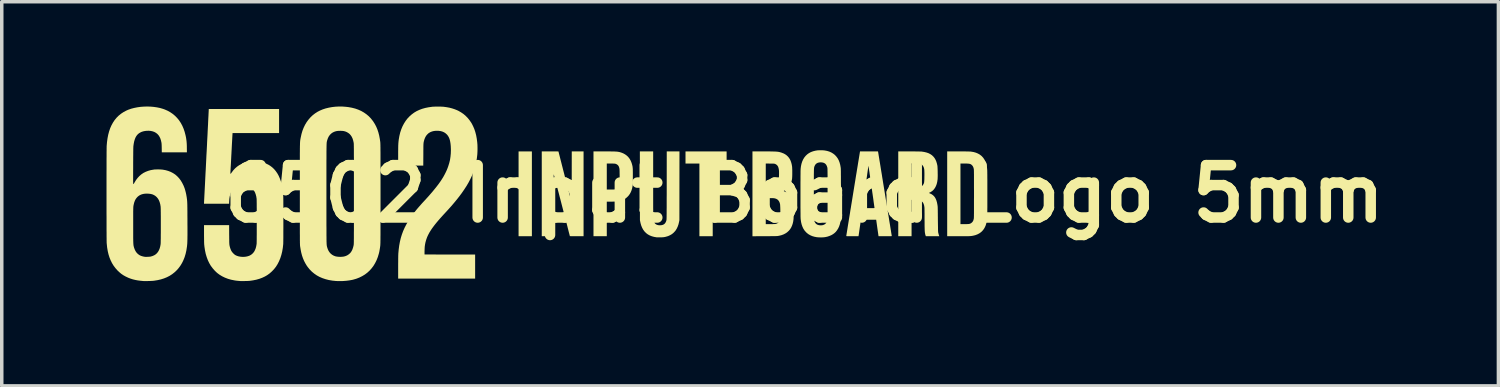
<source format=kicad_pcb>
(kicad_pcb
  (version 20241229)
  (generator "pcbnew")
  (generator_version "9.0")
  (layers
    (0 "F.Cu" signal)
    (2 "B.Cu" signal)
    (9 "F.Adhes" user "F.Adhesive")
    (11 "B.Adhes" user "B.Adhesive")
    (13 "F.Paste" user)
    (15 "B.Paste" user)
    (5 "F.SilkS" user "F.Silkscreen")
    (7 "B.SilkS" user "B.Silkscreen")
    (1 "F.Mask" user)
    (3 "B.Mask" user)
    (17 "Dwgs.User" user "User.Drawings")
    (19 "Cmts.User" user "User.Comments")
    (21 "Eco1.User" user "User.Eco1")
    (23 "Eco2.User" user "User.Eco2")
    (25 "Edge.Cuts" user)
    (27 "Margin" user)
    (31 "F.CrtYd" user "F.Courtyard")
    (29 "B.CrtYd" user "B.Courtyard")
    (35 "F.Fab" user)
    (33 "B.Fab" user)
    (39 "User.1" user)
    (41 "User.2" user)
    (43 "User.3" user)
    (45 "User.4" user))
  (footprint "6502 Input Board Logo 5mm"
    (layer "F.Cu")
    (at 19.985 2.5)
    (property "Reference" "6502 Input Board Logo 5mm" (at 0 0 0) (layer "F.SilkS") (effects (font (size 1.5 1.5) (thickness 0.3))))
    (attr board_only exclude_from_pos_files exclude_from_bom)
    (fp_poly (pts (xy -7.805 0) (xy -7.805 1.214) (xy -7.996 1.214) (xy -8.186 1.214) (xy -8.186 0) (xy -8.186 -1.214) (xy -7.996 -1.214) (xy -7.805 -1.214)) (stroke (width 0) (type solid)) (fill yes) (layer "F.SilkS"))
    (fp_poly (pts (xy -2.229 -1.041) (xy -2.229 -0.867) (xy -2.428 -0.867) (xy -2.627 -0.867) (xy -2.627 0.173) (xy -2.627 1.214) (xy -2.818 1.214) (xy -3.008 1.214) (xy -3.008 0.173) (xy -3.008 -0.867) (xy -3.207 -0.867) (xy -3.406 -0.867) (xy -3.406 -1.041) (xy -3.406 -1.214) (xy -2.818 -1.214) (xy -2.229 -1.214)) (stroke (width 0) (type solid)) (fill yes) (layer "F.SilkS"))
    (fp_poly (pts (xy -4.332 -0.248) (xy -4.332 -0.139) (xy -4.332 -0.039) (xy -4.332 0.053) (xy -4.332 0.138) (xy -4.332 0.216) (xy -4.332 0.287) (xy -4.332 0.351) (xy -4.332 0.409) (xy -4.331 0.462) (xy -4.331 0.508) (xy -4.331 0.55) (xy -4.331 0.586) (xy -4.33 0.618) (xy -4.33 0.646) (xy -4.33 0.669) (xy -4.329 0.689) (xy -4.329 0.706) (xy -4.328 0.719) (xy -4.328 0.73) (xy -4.327 0.739) (xy -4.327 0.745) (xy -4.326 0.75) (xy -4.326 0.751) (xy -4.315 0.792) (xy -4.298 0.826) (xy -4.276 0.854) (xy -4.249 0.875) (xy -4.216 0.89) (xy -4.177 0.899) (xy -4.138 0.901) (xy -4.095 0.898) (xy -4.058 0.889) (xy -4.026 0.874) (xy -4 0.853) (xy -3.979 0.824) (xy -3.962 0.789) (xy -3.952 0.757) (xy -3.952 0.754) (xy -3.951 0.749) (xy -3.95 0.743) (xy -3.95 0.735) (xy -3.949 0.726) (xy -3.949 0.714) (xy -3.948 0.699) (xy -3.948 0.681) (xy -3.947 0.66) (xy -3.947 0.635) (xy -3.947 0.607) (xy -3.946 0.573) (xy -3.946 0.536) (xy -3.946 0.493) (xy -3.946 0.445) (xy -3.945 0.392) (xy -3.945 0.332) (xy -3.945 0.266) (xy -3.945 0.194) (xy -3.945 0.115) (xy -3.944 0.028) (xy -3.944 -0.066) (xy -3.944 -0.168) (xy -3.944 -0.242) (xy -3.943 -1.214) (xy -3.761 -1.214) (xy -3.579 -1.214) (xy -3.58 -0.23) (xy -3.581 0.755) (xy -3.591 0.805) (xy -3.607 0.874) (xy -3.629 0.937) (xy -3.656 0.995) (xy -3.687 1.046) (xy -3.706 1.07) (xy -3.748 1.115) (xy -3.794 1.153) (xy -3.847 1.184) (xy -3.904 1.21) (xy -3.968 1.229) (xy -3.997 1.236) (xy -4.016 1.239) (xy -4.035 1.242) (xy -4.056 1.244) (xy -4.08 1.245) (xy -4.111 1.246) (xy -4.131 1.246) (xy -4.159 1.246) (xy -4.184 1.246) (xy -4.206 1.246) (xy -4.223 1.246) (xy -4.233 1.245) (xy -4.235 1.245) (xy -4.306 1.233) (xy -4.371 1.215) (xy -4.43 1.192) (xy -4.484 1.162) (xy -4.532 1.126) (xy -4.575 1.083) (xy -4.586 1.07) (xy -4.62 1.023) (xy -4.649 0.969) (xy -4.674 0.908) (xy -4.693 0.842) (xy -4.701 0.805) (xy -4.711 0.755) (xy -4.712 -0.23) (xy -4.713 -1.214) (xy -4.522 -1.214) (xy -4.332 -1.214)) (stroke (width 0) (type solid)) (fill yes) (layer "F.SilkS"))
    (fp_poly (pts (xy -5.665 -1.214) (xy -5.606 -1.214) (xy -5.555 -1.214) (xy -5.51 -1.213) (xy -5.471 -1.213) (xy -5.437 -1.212) (xy -5.408 -1.21) (xy -5.382 -1.209) (xy -5.359 -1.207) (xy -5.339 -1.204) (xy -5.321 -1.201) (xy -5.304 -1.198) (xy -5.288 -1.194) (xy -5.271 -1.189) (xy -5.254 -1.184) (xy -5.248 -1.182) (xy -5.189 -1.159) (xy -5.135 -1.129) (xy -5.087 -1.094) (xy -5.044 -1.052) (xy -5.007 -1.004) (xy -4.976 -0.949) (xy -4.951 -0.889) (xy -4.938 -0.846) (xy -4.933 -0.827) (xy -4.929 -0.81) (xy -4.925 -0.793) (xy -4.922 -0.777) (xy -4.92 -0.759) (xy -4.918 -0.739) (xy -4.916 -0.717) (xy -4.915 -0.69) (xy -4.915 -0.66) (xy -4.914 -0.624) (xy -4.914 -0.582) (xy -4.914 -0.533) (xy -4.914 -0.495) (xy -4.914 -0.444) (xy -4.914 -0.4) (xy -4.914 -0.364) (xy -4.914 -0.333) (xy -4.915 -0.308) (xy -4.915 -0.287) (xy -4.916 -0.269) (xy -4.917 -0.255) (xy -4.918 -0.243) (xy -4.92 -0.232) (xy -4.921 -0.221) (xy -4.922 -0.22) (xy -4.935 -0.154) (xy -4.953 -0.096) (xy -4.975 -0.043) (xy -5.001 0.004) (xy -5.032 0.047) (xy -5.055 0.073) (xy -5.1 0.115) (xy -5.15 0.149) (xy -5.204 0.176) (xy -5.246 0.191) (xy -5.275 0.2) (xy -5.302 0.207) (xy -5.33 0.213) (xy -5.359 0.217) (xy -5.39 0.22) (xy -5.425 0.222) (xy -5.466 0.223) (xy -5.513 0.224) (xy -5.537 0.224) (xy -5.66 0.224) (xy -5.66 0.719) (xy -5.66 1.214) (xy -5.851 1.214) (xy -6.041 1.214) (xy -6.041 0) (xy -6.041 -0.495) (xy -5.66 -0.495) (xy -5.66 -0.123) (xy -5.549 -0.123) (xy -5.51 -0.123) (xy -5.479 -0.123) (xy -5.454 -0.124) (xy -5.436 -0.126) (xy -5.422 -0.127) (xy -5.417 -0.129) (xy -5.382 -0.141) (xy -5.354 -0.159) (xy -5.332 -0.182) (xy -5.315 -0.211) (xy -5.302 -0.247) (xy -5.299 -0.264) (xy -5.297 -0.278) (xy -5.295 -0.298) (xy -5.294 -0.325) (xy -5.293 -0.357) (xy -5.293 -0.393) (xy -5.292 -0.432) (xy -5.292 -0.473) (xy -5.292 -0.514) (xy -5.292 -0.555) (xy -5.293 -0.593) (xy -5.293 -0.63) (xy -5.294 -0.662) (xy -5.295 -0.689) (xy -5.297 -0.711) (xy -5.298 -0.724) (xy -5.299 -0.725) (xy -5.309 -0.764) (xy -5.323 -0.796) (xy -5.343 -0.821) (xy -5.367 -0.84) (xy -5.373 -0.844) (xy -5.386 -0.85) (xy -5.398 -0.856) (xy -5.411 -0.86) (xy -5.426 -0.863) (xy -5.443 -0.865) (xy -5.465 -0.866) (xy -5.492 -0.867) (xy -5.526 -0.867) (xy -5.549 -0.867) (xy -5.66 -0.867) (xy -5.66 -0.495) (xy -6.041 -0.495) (xy -6.041 -1.214) (xy -5.731 -1.214)) (stroke (width 0) (type solid)) (fill yes) (layer "F.SilkS"))
    (fp_poly (pts (xy -7.239 -1.214) (xy -7.197 -1.214) (xy -7.159 -1.214) (xy -7.125 -1.214) (xy -7.096 -1.214) (xy -7.073 -1.214) (xy -7.056 -1.213) (xy -7.046 -1.213) (xy -7.044 -1.213) (xy -7.042 -1.207) (xy -7.039 -1.193) (xy -7.034 -1.172) (xy -7.027 -1.145) (xy -7.018 -1.111) (xy -7.008 -1.072) (xy -6.997 -1.028) (xy -6.985 -0.98) (xy -6.971 -0.927) (xy -6.957 -0.871) (xy -6.942 -0.812) (xy -6.926 -0.75) (xy -6.91 -0.686) (xy -6.893 -0.621) (xy -6.876 -0.555) (xy -6.859 -0.488) (xy -6.841 -0.422) (xy -6.824 -0.355) (xy -6.807 -0.29) (xy -6.791 -0.226) (xy -6.775 -0.165) (xy -6.76 -0.105) (xy -6.745 -0.049) (xy -6.731 0.004) (xy -6.719 0.052) (xy -6.707 0.096) (xy -6.697 0.136) (xy -6.688 0.169) (xy -6.681 0.197) (xy -6.675 0.218) (xy -6.671 0.232) (xy -6.669 0.239) (xy -6.669 0.239) (xy -6.669 0.235) (xy -6.668 0.223) (xy -6.668 0.202) (xy -6.667 0.175) (xy -6.667 0.14) (xy -6.666 0.098) (xy -6.666 0.05) (xy -6.666 -0.004) (xy -6.665 -0.064) (xy -6.665 -0.13) (xy -6.665 -0.2) (xy -6.665 -0.276) (xy -6.664 -0.356) (xy -6.664 -0.441) (xy -6.664 -0.488) (xy -6.663 -1.214) (xy -6.494 -1.214) (xy -6.325 -1.214) (xy -6.325 0) (xy -6.325 1.214) (xy -6.521 1.214) (xy -6.561 1.214) (xy -6.598 1.214) (xy -6.632 1.214) (xy -6.661 1.213) (xy -6.685 1.213) (xy -6.703 1.212) (xy -6.715 1.212) (xy -6.718 1.211) (xy -6.719 1.206) (xy -6.722 1.193) (xy -6.727 1.173) (xy -6.734 1.146) (xy -6.743 1.113) (xy -6.753 1.074) (xy -6.764 1.029) (xy -6.777 0.98) (xy -6.79 0.926) (xy -6.805 0.868) (xy -6.821 0.807) (xy -6.838 0.742) (xy -6.855 0.675) (xy -6.873 0.605) (xy -6.892 0.534) (xy -6.911 0.462) (xy -6.93 0.389) (xy -6.949 0.315) (xy -6.968 0.241) (xy -6.987 0.168) (xy -7.006 0.096) (xy -7.024 0.025) (xy -7.042 -0.043) (xy -7.06 -0.11) (xy -7.076 -0.173) (xy -7.092 -0.234) (xy -7.107 -0.29) (xy -7.121 -0.343) (xy -7.134 -0.391) (xy -7.145 -0.433) (xy -7.155 -0.471) (xy -7.163 -0.502) (xy -7.17 -0.526) (xy -7.175 -0.544) (xy -7.178 -0.555) (xy -7.179 -0.558) (xy -7.179 -0.555) (xy -7.18 -0.549) (xy -7.18 -0.537) (xy -7.181 -0.521) (xy -7.181 -0.499) (xy -7.181 -0.471) (xy -7.182 -0.438) (xy -7.182 -0.399) (xy -7.182 -0.353) (xy -7.183 -0.301) (xy -7.183 -0.242) (xy -7.183 -0.177) (xy -7.183 -0.104) (xy -7.183 -0.024) (xy -7.183 0.064) (xy -7.183 0.16) (xy -7.183 0.264) (xy -7.183 0.328) (xy -7.183 1.214) (xy -7.353 1.214) (xy -7.522 1.214) (xy -7.522 0) (xy -7.522 -1.214) (xy -7.283 -1.214)) (stroke (width 0) (type solid)) (fill yes) (layer "F.SilkS"))
    (fp_poly (pts (xy 4.468 -1.214) (xy 4.523 -1.214) (xy 4.571 -1.214) (xy 4.613 -1.214) (xy 4.648 -1.213) (xy 4.678 -1.213) (xy 4.703 -1.212) (xy 4.724 -1.211) (xy 4.742 -1.211) (xy 4.757 -1.21) (xy 4.769 -1.208) (xy 4.775 -1.208) (xy 4.845 -1.196) (xy 4.909 -1.178) (xy 4.966 -1.154) (xy 5.018 -1.125) (xy 5.065 -1.089) (xy 5.079 -1.076) (xy 5.118 -1.033) (xy 5.15 -0.986) (xy 5.178 -0.933) (xy 5.199 -0.875) (xy 5.216 -0.811) (xy 5.228 -0.741) (xy 5.233 -0.685) (xy 5.234 -0.672) (xy 5.234 -0.652) (xy 5.235 -0.624) (xy 5.235 -0.589) (xy 5.236 -0.548) (xy 5.236 -0.502) (xy 5.236 -0.451) (xy 5.237 -0.396) (xy 5.237 -0.337) (xy 5.237 -0.275) (xy 5.237 -0.21) (xy 5.237 -0.144) (xy 5.237 -0.076) (xy 5.237 -0.008) (xy 5.237 0.061) (xy 5.237 0.129) (xy 5.237 0.195) (xy 5.237 0.26) (xy 5.237 0.323) (xy 5.237 0.383) (xy 5.236 0.439) (xy 5.236 0.491) (xy 5.236 0.538) (xy 5.235 0.58) (xy 5.235 0.617) (xy 5.234 0.646) (xy 5.234 0.668) (xy 5.233 0.683) (xy 5.233 0.685) (xy 5.224 0.763) (xy 5.21 0.835) (xy 5.191 0.9) (xy 5.165 0.959) (xy 5.134 1.012) (xy 5.097 1.058) (xy 5.054 1.099) (xy 5.006 1.133) (xy 4.952 1.161) (xy 4.891 1.184) (xy 4.825 1.2) (xy 4.775 1.208) (xy 4.763 1.209) (xy 4.75 1.21) (xy 4.734 1.211) (xy 4.714 1.212) (xy 4.691 1.213) (xy 4.664 1.213) (xy 4.631 1.213) (xy 4.593 1.214) (xy 4.548 1.214) (xy 4.497 1.214) (xy 4.438 1.214) (xy 4.405 1.214) (xy 4.087 1.214) (xy 4.087 0) (xy 4.467 0) (xy 4.467 0.867) (xy 4.582 0.867) (xy 4.619 0.867) (xy 4.649 0.867) (xy 4.673 0.866) (xy 4.691 0.865) (xy 4.706 0.864) (xy 4.717 0.862) (xy 4.723 0.861) (xy 4.752 0.851) (xy 4.777 0.836) (xy 4.8 0.816) (xy 4.803 0.813) (xy 4.819 0.793) (xy 4.831 0.772) (xy 4.84 0.747) (xy 4.847 0.719) (xy 4.848 0.715) (xy 4.849 0.709) (xy 4.85 0.702) (xy 4.851 0.694) (xy 4.851 0.683) (xy 4.852 0.67) (xy 4.852 0.654) (xy 4.853 0.635) (xy 4.853 0.612) (xy 4.853 0.585) (xy 4.854 0.553) (xy 4.854 0.517) (xy 4.854 0.475) (xy 4.854 0.428) (xy 4.854 0.374) (xy 4.854 0.315) (xy 4.854 0.248) (xy 4.854 0.174) (xy 4.855 0.092) (xy 4.855 0.003) (xy 4.855 0) (xy 4.855 -0.09) (xy 4.854 -0.172) (xy 4.854 -0.246) (xy 4.854 -0.313) (xy 4.854 -0.373) (xy 4.854 -0.426) (xy 4.854 -0.474) (xy 4.854 -0.516) (xy 4.854 -0.552) (xy 4.853 -0.584) (xy 4.853 -0.611) (xy 4.853 -0.634) (xy 4.852 -0.653) (xy 4.852 -0.669) (xy 4.851 -0.683) (xy 4.851 -0.693) (xy 4.85 -0.702) (xy 4.849 -0.709) (xy 4.848 -0.714) (xy 4.847 -0.719) (xy 4.847 -0.719) (xy 4.839 -0.75) (xy 4.829 -0.775) (xy 4.817 -0.796) (xy 4.803 -0.813) (xy 4.789 -0.827) (xy 4.776 -0.838) (xy 4.762 -0.847) (xy 4.746 -0.854) (xy 4.727 -0.859) (xy 4.705 -0.863) (xy 4.678 -0.865) (xy 4.645 -0.867) (xy 4.605 -0.867) (xy 4.582 -0.867) (xy 4.467 -0.867) (xy 4.467 0) (xy 4.087 0) (xy 4.087 -1.214) (xy 4.405 -1.214)) (stroke (width 0) (type solid)) (fill yes) (layer "F.SilkS"))
    (fp_poly (pts (xy 3.059 -1.214) (xy 3.114 -1.214) (xy 3.166 -1.214) (xy 3.212 -1.213) (xy 3.253 -1.213) (xy 3.288 -1.212) (xy 3.317 -1.211) (xy 3.339 -1.211) (xy 3.352 -1.21) (xy 3.354 -1.21) (xy 3.426 -1.199) (xy 3.491 -1.184) (xy 3.55 -1.164) (xy 3.602 -1.138) (xy 3.648 -1.107) (xy 3.688 -1.07) (xy 3.723 -1.027) (xy 3.752 -0.978) (xy 3.776 -0.923) (xy 3.794 -0.862) (xy 3.806 -0.808) (xy 3.808 -0.792) (xy 3.81 -0.768) (xy 3.811 -0.739) (xy 3.813 -0.705) (xy 3.814 -0.667) (xy 3.815 -0.628) (xy 3.815 -0.588) (xy 3.816 -0.549) (xy 3.816 -0.511) (xy 3.815 -0.477) (xy 3.814 -0.447) (xy 3.813 -0.422) (xy 3.812 -0.413) (xy 3.802 -0.344) (xy 3.787 -0.281) (xy 3.766 -0.225) (xy 3.74 -0.174) (xy 3.709 -0.13) (xy 3.679 -0.098) (xy 3.661 -0.083) (xy 3.64 -0.068) (xy 3.617 -0.053) (xy 3.596 -0.041) (xy 3.584 -0.036) (xy 3.573 -0.031) (xy 3.568 -0.026) (xy 3.567 -0.025) (xy 3.572 -0.021) (xy 3.582 -0.016) (xy 3.596 -0.01) (xy 3.599 -0.008) (xy 3.641 0.012) (xy 3.677 0.037) (xy 3.709 0.067) (xy 3.737 0.103) (xy 3.76 0.145) (xy 3.779 0.193) (xy 3.795 0.249) (xy 3.807 0.312) (xy 3.81 0.329) (xy 3.811 0.339) (xy 3.813 0.351) (xy 3.814 0.365) (xy 3.815 0.381) (xy 3.816 0.401) (xy 3.816 0.424) (xy 3.817 0.452) (xy 3.818 0.485) (xy 3.818 0.524) (xy 3.819 0.568) (xy 3.819 0.62) (xy 3.82 0.679) (xy 3.82 0.721) (xy 3.821 0.793) (xy 3.822 0.858) (xy 3.823 0.915) (xy 3.824 0.966) (xy 3.824 1.008) (xy 3.825 1.043) (xy 3.826 1.07) (xy 3.827 1.088) (xy 3.828 1.098) (xy 3.832 1.118) (xy 3.838 1.141) (xy 3.844 1.165) (xy 3.847 1.173) (xy 3.861 1.214) (xy 3.668 1.214) (xy 3.475 1.214) (xy 3.466 1.186) (xy 3.461 1.17) (xy 3.457 1.155) (xy 3.454 1.139) (xy 3.451 1.122) (xy 3.448 1.103) (xy 3.446 1.082) (xy 3.444 1.057) (xy 3.443 1.029) (xy 3.442 0.996) (xy 3.441 0.958) (xy 3.44 0.915) (xy 3.44 0.865) (xy 3.44 0.809) (xy 3.439 0.745) (xy 3.439 0.704) (xy 3.439 0.655) (xy 3.439 0.607) (xy 3.439 0.562) (xy 3.438 0.52) (xy 3.438 0.482) (xy 3.437 0.449) (xy 3.437 0.422) (xy 3.436 0.401) (xy 3.435 0.388) (xy 3.435 0.385) (xy 3.427 0.336) (xy 3.415 0.295) (xy 3.399 0.26) (xy 3.377 0.232) (xy 3.351 0.21) (xy 3.32 0.193) (xy 3.282 0.182) (xy 3.271 0.18) (xy 3.253 0.177) (xy 3.227 0.175) (xy 3.196 0.174) (xy 3.16 0.174) (xy 3.153 0.174) (xy 3.067 0.173) (xy 3.067 0.694) (xy 3.067 1.214) (xy 2.877 1.214) (xy 2.686 1.214) (xy 2.686 0) (xy 2.686 -0.521) (xy 3.067 -0.521) (xy 3.067 -0.173) (xy 3.151 -0.174) (xy 3.179 -0.174) (xy 3.206 -0.174) (xy 3.23 -0.175) (xy 3.25 -0.176) (xy 3.263 -0.178) (xy 3.304 -0.187) (xy 3.34 -0.204) (xy 3.37 -0.226) (xy 3.395 -0.255) (xy 3.415 -0.29) (xy 3.425 -0.319) (xy 3.427 -0.332) (xy 3.429 -0.352) (xy 3.431 -0.377) (xy 3.433 -0.408) (xy 3.434 -0.442) (xy 3.434 -0.479) (xy 3.435 -0.517) (xy 3.435 -0.554) (xy 3.435 -0.591) (xy 3.434 -0.625) (xy 3.433 -0.656) (xy 3.432 -0.681) (xy 3.43 -0.701) (xy 3.429 -0.706) (xy 3.419 -0.749) (xy 3.403 -0.785) (xy 3.382 -0.815) (xy 3.357 -0.839) (xy 3.326 -0.855) (xy 3.326 -0.855) (xy 3.318 -0.858) (xy 3.311 -0.86) (xy 3.302 -0.862) (xy 3.291 -0.863) (xy 3.277 -0.864) (xy 3.258 -0.865) (xy 3.234 -0.866) (xy 3.203 -0.866) (xy 3.185 -0.866) (xy 3.067 -0.868) (xy 3.067 -0.521) (xy 2.686 -0.521) (xy 2.686 -1.214) (xy 3 -1.214)) (stroke (width 0) (type solid)) (fill yes) (layer "F.SilkS"))
    (fp_poly (pts (xy -10.456 -2.497) (xy -10.418 -2.497) (xy -10.384 -2.496) (xy -10.355 -2.494) (xy -10.335 -2.493) (xy -10.247 -2.481) (xy -10.165 -2.466) (xy -10.089 -2.446) (xy -10.016 -2.422) (xy -9.946 -2.394) (xy -9.906 -2.375) (xy -9.833 -2.333) (xy -9.763 -2.285) (xy -9.698 -2.229) (xy -9.638 -2.167) (xy -9.584 -2.099) (xy -9.535 -2.026) (xy -9.528 -2.014) (xy -9.489 -1.938) (xy -9.454 -1.857) (xy -9.425 -1.77) (xy -9.401 -1.677) (xy -9.383 -1.579) (xy -9.37 -1.476) (xy -9.367 -1.439) (xy -9.364 -1.403) (xy -9.363 -1.361) (xy -9.362 -1.315) (xy -9.362 -1.268) (xy -9.363 -1.221) (xy -9.365 -1.177) (xy -9.367 -1.138) (xy -9.369 -1.115) (xy -9.381 -1.012) (xy -9.399 -0.91) (xy -9.421 -0.811) (xy -9.45 -0.712) (xy -9.483 -0.614) (xy -9.523 -0.516) (xy -9.569 -0.418) (xy -9.621 -0.319) (xy -9.68 -0.219) (xy -9.746 -0.118) (xy -9.818 -0.014) (xy -9.898 0.092) (xy -9.985 0.201) (xy -10.018 0.241) (xy -10.051 0.28) (xy -10.083 0.318) (xy -10.115 0.355) (xy -10.149 0.393) (xy -10.185 0.433) (xy -10.225 0.477) (xy -10.269 0.525) (xy -10.293 0.55) (xy -10.364 0.628) (xy -10.429 0.7) (xy -10.488 0.768) (xy -10.542 0.832) (xy -10.59 0.892) (xy -10.633 0.949) (xy -10.672 1.003) (xy -10.706 1.055) (xy -10.737 1.105) (xy -10.763 1.153) (xy -10.787 1.201) (xy -10.807 1.247) (xy -10.824 1.294) (xy -10.839 1.341) (xy -10.84 1.345) (xy -10.854 1.398) (xy -10.864 1.45) (xy -10.872 1.503) (xy -10.876 1.56) (xy -10.878 1.622) (xy -10.879 1.644) (xy -10.879 1.737) (xy -10.154 1.738) (xy -9.43 1.739) (xy -9.43 2.084) (xy -9.43 2.428) (xy -10.532 2.428) (xy -11.634 2.428) (xy -11.634 2.104) (xy -11.634 2.05) (xy -11.634 1.998) (xy -11.633 1.947) (xy -11.633 1.9) (xy -11.633 1.856) (xy -11.632 1.816) (xy -11.632 1.781) (xy -11.631 1.753) (xy -11.63 1.731) (xy -11.63 1.718) (xy -11.619 1.596) (xy -11.604 1.481) (xy -11.584 1.372) (xy -11.559 1.267) (xy -11.528 1.166) (xy -11.492 1.068) (xy -11.449 0.971) (xy -11.4 0.876) (xy -11.345 0.78) (xy -11.282 0.684) (xy -11.213 0.588) (xy -11.18 0.544) (xy -11.146 0.501) (xy -11.111 0.457) (xy -11.074 0.413) (xy -11.034 0.367) (xy -10.991 0.318) (xy -10.944 0.265) (xy -10.891 0.208) (xy -10.879 0.195) (xy -10.796 0.104) (xy -10.72 0.018) (xy -10.649 -0.064) (xy -10.585 -0.142) (xy -10.526 -0.216) (xy -10.472 -0.287) (xy -10.423 -0.356) (xy -10.379 -0.423) (xy -10.339 -0.488) (xy -10.304 -0.552) (xy -10.272 -0.615) (xy -10.243 -0.677) (xy -10.218 -0.739) (xy -10.2 -0.789) (xy -10.172 -0.879) (xy -10.15 -0.969) (xy -10.136 -1.061) (xy -10.127 -1.155) (xy -10.124 -1.253) (xy -10.125 -1.295) (xy -10.128 -1.367) (xy -10.134 -1.431) (xy -10.143 -1.489) (xy -10.154 -1.54) (xy -10.169 -1.586) (xy -10.187 -1.626) (xy -10.209 -1.662) (xy -10.234 -1.694) (xy -10.238 -1.698) (xy -10.275 -1.732) (xy -10.315 -1.759) (xy -10.361 -1.78) (xy -10.411 -1.795) (xy -10.467 -1.803) (xy -10.492 -1.805) (xy -10.553 -1.805) (xy -10.61 -1.799) (xy -10.663 -1.786) (xy -10.711 -1.767) (xy -10.754 -1.742) (xy -10.773 -1.727) (xy -10.806 -1.695) (xy -10.835 -1.659) (xy -10.859 -1.616) (xy -10.88 -1.567) (xy -10.896 -1.512) (xy -10.903 -1.48) (xy -10.905 -1.471) (xy -10.906 -1.462) (xy -10.907 -1.453) (xy -10.908 -1.443) (xy -10.909 -1.43) (xy -10.91 -1.415) (xy -10.911 -1.397) (xy -10.911 -1.375) (xy -10.912 -1.348) (xy -10.912 -1.316) (xy -10.912 -1.278) (xy -10.913 -1.233) (xy -10.913 -1.182) (xy -10.913 -1.122) (xy -10.913 -1.122) (xy -10.915 -0.808) (xy -11.275 -0.808) (xy -11.634 -0.808) (xy -11.634 -1.095) (xy -11.634 -1.159) (xy -11.634 -1.215) (xy -11.633 -1.264) (xy -11.633 -1.307) (xy -11.632 -1.345) (xy -11.632 -1.378) (xy -11.63 -1.408) (xy -11.629 -1.435) (xy -11.627 -1.46) (xy -11.625 -1.483) (xy -11.623 -1.506) (xy -11.62 -1.53) (xy -11.617 -1.555) (xy -11.599 -1.657) (xy -11.576 -1.754) (xy -11.546 -1.845) (xy -11.51 -1.932) (xy -11.468 -2.012) (xy -11.42 -2.088) (xy -11.367 -2.157) (xy -11.307 -2.22) (xy -11.242 -2.277) (xy -11.177 -2.325) (xy -11.106 -2.367) (xy -11.029 -2.403) (xy -10.947 -2.434) (xy -10.858 -2.459) (xy -10.764 -2.478) (xy -10.663 -2.492) (xy -10.661 -2.493) (xy -10.638 -2.494) (xy -10.608 -2.496) (xy -10.573 -2.497) (xy -10.535 -2.497) (xy -10.496 -2.498)) (stroke (width 0) (type solid)) (fill yes) (layer "F.SilkS"))
    (fp_poly (pts (xy 2.108 -1.203) (xy 2.109 -1.197) (xy 2.112 -1.183) (xy 2.115 -1.163) (xy 2.12 -1.134) (xy 2.125 -1.1) (xy 2.132 -1.059) (xy 2.14 -1.012) (xy 2.148 -0.959) (xy 2.158 -0.902) (xy 2.168 -0.84) (xy 2.179 -0.773) (xy 2.19 -0.703) (xy 2.202 -0.629) (xy 2.215 -0.553) (xy 2.227 -0.473) (xy 2.241 -0.391) (xy 2.254 -0.308) (xy 2.268 -0.223) (xy 2.282 -0.137) (xy 2.296 -0.05) (xy 2.31 0.037) (xy 2.324 0.124) (xy 2.338 0.21) (xy 2.352 0.295) (xy 2.366 0.379) (xy 2.379 0.462) (xy 2.392 0.542) (xy 2.405 0.619) (xy 2.417 0.693) (xy 2.428 0.765) (xy 2.439 0.832) (xy 2.45 0.895) (xy 2.459 0.954) (xy 2.468 1.007) (xy 2.476 1.055) (xy 2.482 1.098) (xy 2.488 1.134) (xy 2.493 1.164) (xy 2.497 1.186) (xy 2.499 1.201) (xy 2.5 1.209) (xy 2.5 1.209) (xy 2.497 1.211) (xy 2.488 1.212) (xy 2.473 1.213) (xy 2.451 1.213) (xy 2.422 1.214) (xy 2.385 1.214) (xy 2.341 1.214) (xy 2.311 1.214) (xy 2.121 1.214) (xy 2.087 0.978) (xy 2.054 0.742) (xy 1.835 0.741) (xy 1.791 0.741) (xy 1.75 0.741) (xy 1.714 0.741) (xy 1.682 0.742) (xy 1.655 0.742) (xy 1.635 0.743) (xy 1.622 0.743) (xy 1.616 0.744) (xy 1.616 0.744) (xy 1.615 0.749) (xy 1.614 0.761) (xy 1.611 0.78) (xy 1.607 0.806) (xy 1.603 0.836) (xy 1.598 0.871) (xy 1.592 0.91) (xy 1.586 0.952) (xy 1.582 0.979) (xy 1.576 1.022) (xy 1.57 1.063) (xy 1.565 1.1) (xy 1.56 1.134) (xy 1.556 1.162) (xy 1.552 1.185) (xy 1.55 1.201) (xy 1.549 1.21) (xy 1.548 1.212) (xy 1.544 1.213) (xy 1.533 1.213) (xy 1.514 1.213) (xy 1.49 1.214) (xy 1.461 1.214) (xy 1.428 1.214) (xy 1.391 1.214) (xy 1.373 1.214) (xy 1.329 1.214) (xy 1.293 1.214) (xy 1.264 1.214) (xy 1.241 1.213) (xy 1.224 1.213) (xy 1.212 1.212) (xy 1.204 1.211) (xy 1.199 1.21) (xy 1.197 1.209) (xy 1.197 1.208) (xy 1.198 1.203) (xy 1.2 1.191) (xy 1.203 1.171) (xy 1.207 1.144) (xy 1.213 1.11) (xy 1.219 1.069) (xy 1.227 1.023) (xy 1.235 0.971) (xy 1.244 0.915) (xy 1.254 0.853) (xy 1.265 0.787) (xy 1.276 0.717) (xy 1.288 0.644) (xy 1.301 0.567) (xy 1.313 0.488) (xy 1.326 0.41) (xy 1.662 0.41) (xy 1.834 0.41) (xy 1.876 0.41) (xy 1.911 0.41) (xy 1.939 0.41) (xy 1.961 0.41) (xy 1.978 0.409) (xy 1.989 0.409) (xy 1.997 0.408) (xy 2.002 0.407) (xy 2.004 0.405) (xy 2.005 0.404) (xy 2.005 0.403) (xy 2.005 0.397) (xy 2.003 0.384) (xy 2 0.363) (xy 1.996 0.336) (xy 1.992 0.303) (xy 1.986 0.264) (xy 1.98 0.221) (xy 1.974 0.173) (xy 1.967 0.122) (xy 1.959 0.068) (xy 1.951 0.011) (xy 1.942 -0.048) (xy 1.934 -0.109) (xy 1.925 -0.17) (xy 1.916 -0.231) (xy 1.908 -0.292) (xy 1.899 -0.352) (xy 1.891 -0.41) (xy 1.882 -0.467) (xy 1.875 -0.52) (xy 1.867 -0.571) (xy 1.861 -0.618) (xy 1.854 -0.66) (xy 1.849 -0.697) (xy 1.844 -0.729) (xy 1.84 -0.755) (xy 1.837 -0.774) (xy 1.836 -0.786) (xy 1.835 -0.79) (xy 1.831 -0.791) (xy 1.83 -0.791) (xy 1.829 -0.786) (xy 1.827 -0.774) (xy 1.825 -0.755) (xy 1.821 -0.728) (xy 1.816 -0.695) (xy 1.81 -0.656) (xy 1.804 -0.611) (xy 1.797 -0.562) (xy 1.79 -0.507) (xy 1.781 -0.449) (xy 1.773 -0.387) (xy 1.764 -0.322) (xy 1.754 -0.255) (xy 1.748 -0.205) (xy 1.738 -0.136) (xy 1.729 -0.068) (xy 1.72 -0.003) (xy 1.711 0.058) (xy 1.703 0.116) (xy 1.696 0.17) (xy 1.689 0.22) (xy 1.683 0.264) (xy 1.677 0.302) (xy 1.673 0.335) (xy 1.669 0.361) (xy 1.666 0.38) (xy 1.665 0.391) (xy 1.664 0.394) (xy 1.662 0.41) (xy 1.326 0.41) (xy 1.327 0.407) (xy 1.34 0.323) (xy 1.354 0.239) (xy 1.368 0.153) (xy 1.382 0.066) (xy 1.396 -0.021) (xy 1.41 -0.108) (xy 1.424 -0.194) (xy 1.438 -0.28) (xy 1.452 -0.364) (xy 1.465 -0.446) (xy 1.478 -0.527) (xy 1.491 -0.604) (xy 1.503 -0.679) (xy 1.515 -0.751) (xy 1.526 -0.818) (xy 1.536 -0.882) (xy 1.546 -0.941) (xy 1.555 -0.995) (xy 1.563 -1.044) (xy 1.57 -1.087) (xy 1.576 -1.124) (xy 1.581 -1.154) (xy 1.585 -1.177) (xy 1.587 -1.193) (xy 1.589 -1.202) (xy 1.589 -1.203) (xy 1.591 -1.214) (xy 1.849 -1.214) (xy 2.106 -1.214)) (stroke (width 0) (type solid)) (fill yes) (layer "F.SilkS"))
    (fp_poly (pts (xy -1.101 -1.214) (xy -1.04 -1.214) (xy -0.986 -1.214) (xy -0.938 -1.213) (xy -0.897 -1.212) (xy -0.86 -1.211) (xy -0.829 -1.21) (xy -0.801 -1.208) (xy -0.776 -1.206) (xy -0.754 -1.203) (xy -0.734 -1.2) (xy -0.716 -1.196) (xy -0.698 -1.192) (xy -0.68 -1.186) (xy -0.661 -1.181) (xy -0.652 -1.177) (xy -0.599 -1.157) (xy -0.554 -1.133) (xy -0.514 -1.105) (xy -0.479 -1.073) (xy -0.448 -1.037) (xy -0.422 -0.998) (xy -0.4 -0.955) (xy -0.382 -0.906) (xy -0.367 -0.852) (xy -0.357 -0.797) (xy -0.354 -0.777) (xy -0.352 -0.749) (xy -0.351 -0.716) (xy -0.349 -0.678) (xy -0.349 -0.638) (xy -0.349 -0.598) (xy -0.349 -0.557) (xy -0.35 -0.518) (xy -0.351 -0.483) (xy -0.353 -0.453) (xy -0.355 -0.429) (xy -0.356 -0.421) (xy -0.37 -0.356) (xy -0.389 -0.297) (xy -0.413 -0.246) (xy -0.442 -0.2) (xy -0.477 -0.161) (xy -0.517 -0.127) (xy -0.526 -0.121) (xy -0.543 -0.11) (xy -0.559 -0.1) (xy -0.573 -0.093) (xy -0.577 -0.091) (xy -0.586 -0.086) (xy -0.591 -0.082) (xy -0.592 -0.08) (xy -0.587 -0.077) (xy -0.577 -0.071) (xy -0.563 -0.064) (xy -0.558 -0.062) (xy -0.509 -0.036) (xy -0.465 -0.004) (xy -0.426 0.035) (xy -0.393 0.08) (xy -0.365 0.131) (xy -0.342 0.19) (xy -0.325 0.254) (xy -0.317 0.296) (xy -0.316 0.31) (xy -0.314 0.331) (xy -0.313 0.359) (xy -0.312 0.391) (xy -0.311 0.427) (xy -0.31 0.465) (xy -0.31 0.505) (xy -0.31 0.545) (xy -0.31 0.585) (xy -0.31 0.622) (xy -0.31 0.655) (xy -0.311 0.685) (xy -0.312 0.708) (xy -0.313 0.725) (xy -0.313 0.726) (xy -0.323 0.796) (xy -0.338 0.859) (xy -0.358 0.916) (xy -0.382 0.968) (xy -0.412 1.015) (xy -0.448 1.058) (xy -0.457 1.066) (xy -0.499 1.104) (xy -0.546 1.135) (xy -0.597 1.161) (xy -0.655 1.183) (xy -0.719 1.199) (xy -0.735 1.202) (xy -0.744 1.204) (xy -0.753 1.205) (xy -0.762 1.207) (xy -0.772 1.208) (xy -0.783 1.209) (xy -0.797 1.21) (xy -0.813 1.21) (xy -0.832 1.211) (xy -0.856 1.211) (xy -0.884 1.212) (xy -0.917 1.212) (xy -0.956 1.212) (xy -1.001 1.213) (xy -1.053 1.213) (xy -1.113 1.213) (xy -1.137 1.213) (xy -1.489 1.215) (xy -1.489 0.495) (xy -1.108 0.495) (xy -1.108 0.867) (xy -0.976 0.867) (xy -0.935 0.867) (xy -0.902 0.867) (xy -0.875 0.866) (xy -0.854 0.865) (xy -0.838 0.864) (xy -0.827 0.862) (xy -0.822 0.861) (xy -0.788 0.85) (xy -0.761 0.834) (xy -0.738 0.815) (xy -0.721 0.789) (xy -0.707 0.758) (xy -0.698 0.719) (xy -0.694 0.695) (xy -0.692 0.68) (xy -0.691 0.658) (xy -0.69 0.631) (xy -0.69 0.599) (xy -0.69 0.563) (xy -0.69 0.526) (xy -0.691 0.487) (xy -0.691 0.449) (xy -0.692 0.412) (xy -0.693 0.378) (xy -0.695 0.348) (xy -0.696 0.323) (xy -0.698 0.304) (xy -0.699 0.294) (xy -0.711 0.251) (xy -0.728 0.215) (xy -0.749 0.186) (xy -0.775 0.162) (xy -0.807 0.144) (xy -0.845 0.131) (xy -0.853 0.13) (xy -0.865 0.127) (xy -0.879 0.126) (xy -0.897 0.124) (xy -0.919 0.123) (xy -0.947 0.123) (xy -0.982 0.123) (xy -0.996 0.123) (xy -1.108 0.123) (xy -1.108 0.495) (xy -1.489 0.495) (xy -1.489 0.000202) (xy -1.489 -0.549) (xy -1.108 -0.549) (xy -1.108 -0.498) (xy -1.108 -0.449) (xy -1.108 -0.403) (xy -1.108 -0.361) (xy -1.107 -0.324) (xy -1.107 -0.292) (xy -1.107 -0.265) (xy -1.106 -0.245) (xy -1.106 -0.232) (xy -1.105 -0.227) (xy -1.105 -0.227) (xy -1.1 -0.225) (xy -1.087 -0.225) (xy -1.069 -0.224) (xy -1.046 -0.224) (xy -1.021 -0.225) (xy -0.994 -0.226) (xy -0.966 -0.227) (xy -0.94 -0.228) (xy -0.917 -0.23) (xy -0.897 -0.231) (xy -0.882 -0.233) (xy -0.876 -0.234) (xy -0.838 -0.248) (xy -0.805 -0.268) (xy -0.78 -0.292) (xy -0.76 -0.322) (xy -0.755 -0.331) (xy -0.749 -0.346) (xy -0.744 -0.359) (xy -0.739 -0.373) (xy -0.736 -0.387) (xy -0.734 -0.404) (xy -0.732 -0.425) (xy -0.731 -0.45) (xy -0.73 -0.481) (xy -0.729 -0.519) (xy -0.729 -0.529) (xy -0.728 -0.569) (xy -0.728 -0.601) (xy -0.728 -0.628) (xy -0.729 -0.65) (xy -0.73 -0.668) (xy -0.732 -0.684) (xy -0.733 -0.696) (xy -0.742 -0.738) (xy -0.753 -0.773) (xy -0.769 -0.801) (xy -0.789 -0.824) (xy -0.814 -0.843) (xy -0.841 -0.857) (xy -0.848 -0.859) (xy -0.855 -0.861) (xy -0.864 -0.862) (xy -0.875 -0.864) (xy -0.891 -0.865) (xy -0.911 -0.865) (xy -0.938 -0.866) (xy -0.971 -0.866) (xy -0.985 -0.866) (xy -1.108 -0.868) (xy -1.108 -0.549) (xy -1.489 -0.549) (xy -1.489 -1.214) (xy -1.17 -1.214)) (stroke (width 0) (type solid)) (fill yes) (layer "F.SilkS"))
    (fp_poly (pts (xy 0.511 -1.247) (xy 0.547 -1.245) (xy 0.576 -1.242) (xy 0.646 -1.229) (xy 0.71 -1.21) (xy 0.769 -1.184) (xy 0.823 -1.151) (xy 0.871 -1.113) (xy 0.913 -1.068) (xy 0.95 -1.018) (xy 0.981 -0.961) (xy 1.005 -0.899) (xy 1.024 -0.83) (xy 1.037 -0.757) (xy 1.041 -0.721) (xy 1.041 -0.71) (xy 1.042 -0.691) (xy 1.042 -0.665) (xy 1.043 -0.632) (xy 1.043 -0.593) (xy 1.043 -0.548) (xy 1.044 -0.498) (xy 1.044 -0.444) (xy 1.044 -0.386) (xy 1.044 -0.324) (xy 1.045 -0.26) (xy 1.045 -0.194) (xy 1.045 -0.126) (xy 1.045 -0.057) (xy 1.045 0.013) (xy 1.045 0.082) (xy 1.045 0.151) (xy 1.045 0.219) (xy 1.045 0.284) (xy 1.044 0.348) (xy 1.044 0.408) (xy 1.044 0.465) (xy 1.044 0.518) (xy 1.043 0.566) (xy 1.043 0.609) (xy 1.042 0.646) (xy 1.042 0.677) (xy 1.041 0.7) (xy 1.041 0.717) (xy 1.041 0.723) (xy 1.03 0.799) (xy 1.014 0.87) (xy 0.992 0.935) (xy 0.964 0.994) (xy 0.929 1.049) (xy 0.897 1.089) (xy 0.86 1.124) (xy 0.817 1.156) (xy 0.768 1.184) (xy 0.714 1.207) (xy 0.657 1.226) (xy 0.597 1.239) (xy 0.576 1.242) (xy 0.546 1.245) (xy 0.511 1.247) (xy 0.473 1.247) (xy 0.434 1.247) (xy 0.398 1.246) (xy 0.366 1.243) (xy 0.353 1.242) (xy 0.286 1.229) (xy 0.224 1.211) (xy 0.168 1.187) (xy 0.117 1.158) (xy 0.07 1.122) (xy 0.048 1.101) (xy 0.007 1.056) (xy -0.028 1.004) (xy -0.056 0.946) (xy -0.079 0.882) (xy -0.096 0.812) (xy -0.107 0.737) (xy -0.11 0.709) (xy -0.11 0.696) (xy -0.111 0.675) (xy -0.112 0.647) (xy -0.112 0.61) (xy -0.112 0.567) (xy -0.113 0.516) (xy -0.113 0.459) (xy -0.114 0.396) (xy -0.114 0.326) (xy -0.114 0.251) (xy -0.114 0.17) (xy -0.114 0.085) (xy -0.114 0) (xy -0.114 -0.09) (xy -0.114 -0.145) (xy 0.269 -0.145) (xy 0.269 -0.057) (xy 0.269 0) (xy 0.269 0.092) (xy 0.269 0.177) (xy 0.269 0.254) (xy 0.269 0.323) (xy 0.269 0.386) (xy 0.269 0.442) (xy 0.269 0.492) (xy 0.269 0.536) (xy 0.27 0.575) (xy 0.27 0.609) (xy 0.27 0.639) (xy 0.271 0.665) (xy 0.272 0.686) (xy 0.272 0.705) (xy 0.273 0.72) (xy 0.274 0.733) (xy 0.276 0.744) (xy 0.277 0.753) (xy 0.279 0.761) (xy 0.28 0.768) (xy 0.282 0.774) (xy 0.284 0.78) (xy 0.287 0.787) (xy 0.288 0.791) (xy 0.305 0.825) (xy 0.327 0.854) (xy 0.355 0.876) (xy 0.388 0.891) (xy 0.426 0.9) (xy 0.434 0.901) (xy 0.478 0.902) (xy 0.518 0.898) (xy 0.533 0.894) (xy 0.566 0.881) (xy 0.595 0.862) (xy 0.618 0.837) (xy 0.637 0.805) (xy 0.652 0.766) (xy 0.655 0.754) (xy 0.656 0.75) (xy 0.657 0.745) (xy 0.657 0.739) (xy 0.658 0.731) (xy 0.659 0.721) (xy 0.659 0.709) (xy 0.66 0.695) (xy 0.66 0.677) (xy 0.661 0.655) (xy 0.661 0.63) (xy 0.661 0.601) (xy 0.661 0.566) (xy 0.662 0.527) (xy 0.662 0.482) (xy 0.662 0.432) (xy 0.662 0.375) (xy 0.662 0.312) (xy 0.662 0.241) (xy 0.662 0.164) (xy 0.662 0.078) (xy 0.662 0) (xy 0.662 -0.092) (xy 0.662 -0.177) (xy 0.662 -0.253) (xy 0.662 -0.322) (xy 0.662 -0.385) (xy 0.662 -0.44) (xy 0.662 -0.49) (xy 0.662 -0.534) (xy 0.661 -0.572) (xy 0.661 -0.606) (xy 0.661 -0.635) (xy 0.66 -0.659) (xy 0.66 -0.68) (xy 0.66 -0.697) (xy 0.659 -0.712) (xy 0.659 -0.723) (xy 0.658 -0.732) (xy 0.657 -0.74) (xy 0.656 -0.746) (xy 0.656 -0.75) (xy 0.655 -0.754) (xy 0.641 -0.795) (xy 0.624 -0.829) (xy 0.601 -0.857) (xy 0.574 -0.877) (xy 0.542 -0.891) (xy 0.504 -0.899) (xy 0.464 -0.902) (xy 0.42 -0.898) (xy 0.383 -0.889) (xy 0.351 -0.873) (xy 0.324 -0.851) (xy 0.303 -0.822) (xy 0.288 -0.791) (xy 0.286 -0.784) (xy 0.283 -0.778) (xy 0.281 -0.772) (xy 0.28 -0.765) (xy 0.278 -0.758) (xy 0.276 -0.75) (xy 0.275 -0.74) (xy 0.274 -0.729) (xy 0.273 -0.715) (xy 0.272 -0.698) (xy 0.271 -0.678) (xy 0.271 -0.655) (xy 0.27 -0.628) (xy 0.27 -0.597) (xy 0.269 -0.561) (xy 0.269 -0.52) (xy 0.269 -0.473) (xy 0.269 -0.421) (xy 0.269 -0.362) (xy 0.269 -0.297) (xy 0.269 -0.225) (xy 0.269 -0.145) (xy -0.114 -0.145) (xy -0.114 -0.176) (xy -0.114 -0.256) (xy -0.114 -0.331) (xy -0.113 -0.4) (xy -0.113 -0.463) (xy -0.113 -0.52) (xy -0.112 -0.57) (xy -0.112 -0.613) (xy -0.112 -0.649) (xy -0.111 -0.677) (xy -0.11 -0.697) (xy -0.11 -0.709) (xy -0.101 -0.786) (xy -0.086 -0.858) (xy -0.065 -0.924) (xy -0.038 -0.984) (xy -0.005 -1.039) (xy 0.034 -1.087) (xy 0.078 -1.129) (xy 0.128 -1.165) (xy 0.184 -1.195) (xy 0.246 -1.218) (xy 0.313 -1.235) (xy 0.368 -1.244) (xy 0.398 -1.246) (xy 0.434 -1.248) (xy 0.472 -1.248)) (stroke (width 0) (type solid)) (fill yes) (layer "F.SilkS"))
    (fp_poly (pts (xy -15.044 -2.084) (xy -15.044 -1.739) (xy -15.71 -1.739) (xy -16.376 -1.739) (xy -16.378 -1.704) (xy -16.379 -1.695) (xy -16.38 -1.679) (xy -16.381 -1.655) (xy -16.383 -1.624) (xy -16.385 -1.587) (xy -16.387 -1.545) (xy -16.39 -1.497) (xy -16.393 -1.445) (xy -16.396 -1.389) (xy -16.399 -1.329) (xy -16.402 -1.267) (xy -16.406 -1.202) (xy -16.408 -1.155) (xy -16.412 -1.089) (xy -16.415 -1.025) (xy -16.418 -0.964) (xy -16.421 -0.905) (xy -16.424 -0.85) (xy -16.427 -0.8) (xy -16.43 -0.754) (xy -16.432 -0.713) (xy -16.434 -0.678) (xy -16.435 -0.649) (xy -16.437 -0.628) (xy -16.437 -0.613) (xy -16.438 -0.608) (xy -16.439 -0.592) (xy -16.439 -0.582) (xy -16.437 -0.577) (xy -16.434 -0.575) (xy -16.433 -0.575) (xy -16.426 -0.579) (xy -16.416 -0.59) (xy -16.403 -0.608) (xy -16.402 -0.61) (xy -16.356 -0.672) (xy -16.304 -0.728) (xy -16.248 -0.777) (xy -16.186 -0.82) (xy -16.12 -0.856) (xy -16.05 -0.885) (xy -15.975 -0.907) (xy -15.897 -0.922) (xy -15.814 -0.929) (xy -15.729 -0.929) (xy -15.728 -0.929) (xy -15.641 -0.922) (xy -15.561 -0.909) (xy -15.485 -0.89) (xy -15.414 -0.865) (xy -15.348 -0.833) (xy -15.299 -0.803) (xy -15.241 -0.759) (xy -15.187 -0.708) (xy -15.139 -0.651) (xy -15.094 -0.586) (xy -15.055 -0.516) (xy -15.021 -0.438) (xy -14.991 -0.355) (xy -14.967 -0.266) (xy -14.947 -0.171) (xy -14.942 -0.136) (xy -14.939 -0.118) (xy -14.937 -0.101) (xy -14.935 -0.084) (xy -14.933 -0.067) (xy -14.931 -0.05) (xy -14.929 -0.033) (xy -14.928 -0.014) (xy -14.927 0.007) (xy -14.926 0.03) (xy -14.925 0.056) (xy -14.924 0.084) (xy -14.923 0.117) (xy -14.923 0.153) (xy -14.922 0.193) (xy -14.922 0.239) (xy -14.922 0.29) (xy -14.921 0.346) (xy -14.921 0.409) (xy -14.921 0.479) (xy -14.921 0.556) (xy -14.921 0.64) (xy -14.921 0.724) (xy -14.921 0.82) (xy -14.921 0.911) (xy -14.921 0.995) (xy -14.922 1.073) (xy -14.922 1.143) (xy -14.922 1.207) (xy -14.922 1.264) (xy -14.923 1.313) (xy -14.923 1.354) (xy -14.924 1.388) (xy -14.924 1.414) (xy -14.925 1.432) (xy -14.925 1.439) (xy -14.937 1.549) (xy -14.955 1.653) (xy -14.979 1.751) (xy -15.009 1.844) (xy -15.045 1.931) (xy -15.087 2.013) (xy -15.134 2.088) (xy -15.188 2.157) (xy -15.248 2.22) (xy -15.313 2.278) (xy -15.378 2.325) (xy -15.449 2.367) (xy -15.526 2.403) (xy -15.609 2.434) (xy -15.697 2.459) (xy -15.791 2.478) (xy -15.888 2.492) (xy -15.904 2.493) (xy -15.927 2.494) (xy -15.954 2.496) (xy -15.985 2.497) (xy -16.017 2.497) (xy -16.049 2.498) (xy -16.079 2.499) (xy -16.106 2.499) (xy -16.128 2.499) (xy -16.144 2.498) (xy -16.148 2.498) (xy -16.186 2.494) (xy -16.218 2.492) (xy -16.244 2.489) (xy -16.266 2.487) (xy -16.285 2.484) (xy -16.302 2.482) (xy -16.319 2.479) (xy -16.323 2.478) (xy -16.419 2.459) (xy -16.509 2.433) (xy -16.595 2.4) (xy -16.675 2.361) (xy -16.749 2.316) (xy -16.81 2.271) (xy -16.826 2.257) (xy -16.845 2.24) (xy -16.865 2.22) (xy -16.885 2.201) (xy -16.89 2.195) (xy -16.947 2.13) (xy -16.999 2.06) (xy -17.044 1.983) (xy -17.083 1.901) (xy -17.116 1.813) (xy -17.144 1.72) (xy -17.165 1.62) (xy -17.181 1.514) (xy -17.189 1.437) (xy -17.189 1.422) (xy -17.19 1.4) (xy -17.191 1.372) (xy -17.191 1.338) (xy -17.192 1.299) (xy -17.192 1.257) (xy -17.193 1.212) (xy -17.193 1.166) (xy -17.193 1.14) (xy -17.193 0.897) (xy -16.833 0.897) (xy -16.474 0.897) (xy -16.473 1.167) (xy -16.472 1.222) (xy -16.472 1.27) (xy -16.471 1.311) (xy -16.471 1.346) (xy -16.471 1.375) (xy -16.47 1.399) (xy -16.469 1.419) (xy -16.468 1.435) (xy -16.467 1.448) (xy -16.466 1.459) (xy -16.465 1.469) (xy -16.463 1.476) (xy -16.455 1.514) (xy -16.444 1.552) (xy -16.431 1.589) (xy -16.417 1.621) (xy -16.409 1.637) (xy -16.394 1.659) (xy -16.375 1.684) (xy -16.352 1.708) (xy -16.329 1.73) (xy -16.306 1.748) (xy -16.295 1.755) (xy -16.253 1.775) (xy -16.206 1.79) (xy -16.155 1.8) (xy -16.102 1.805) (xy -16.049 1.805) (xy -15.996 1.8) (xy -15.945 1.789) (xy -15.899 1.774) (xy -15.867 1.758) (xy -15.826 1.731) (xy -15.79 1.697) (xy -15.759 1.658) (xy -15.734 1.611) (xy -15.713 1.559) (xy -15.698 1.5) (xy -15.687 1.434) (xy -15.687 1.432) (xy -15.686 1.422) (xy -15.686 1.405) (xy -15.685 1.38) (xy -15.685 1.349) (xy -15.684 1.311) (xy -15.684 1.268) (xy -15.684 1.22) (xy -15.683 1.168) (xy -15.683 1.112) (xy -15.683 1.053) (xy -15.683 0.992) (xy -15.683 0.929) (xy -15.683 0.864) (xy -15.682 0.799) (xy -15.682 0.733) (xy -15.683 0.668) (xy -15.683 0.605) (xy -15.683 0.542) (xy -15.683 0.483) (xy -15.683 0.426) (xy -15.684 0.372) (xy -15.684 0.322) (xy -15.684 0.278) (xy -15.685 0.238) (xy -15.685 0.204) (xy -15.686 0.177) (xy -15.686 0.157) (xy -15.687 0.144) (xy -15.687 0.142) (xy -15.697 0.075) (xy -15.713 0.015) (xy -15.733 -0.039) (xy -15.759 -0.086) (xy -15.79 -0.126) (xy -15.826 -0.16) (xy -15.867 -0.188) (xy -15.914 -0.21) (xy -15.967 -0.225) (xy -15.974 -0.227) (xy -16.004 -0.232) (xy -16.038 -0.234) (xy -16.076 -0.235) (xy -16.115 -0.234) (xy -16.151 -0.231) (xy -16.182 -0.227) (xy -16.19 -0.225) (xy -16.243 -0.209) (xy -16.289 -0.187) (xy -16.331 -0.159) (xy -16.367 -0.124) (xy -16.398 -0.083) (xy -16.423 -0.035) (xy -16.443 0.019) (xy -16.458 0.079) (xy -16.468 0.147) (xy -16.472 0.21) (xy -16.475 0.283) (xy -16.834 0.283) (xy -17.193 0.283) (xy -17.193 0.266) (xy -17.193 0.259) (xy -17.192 0.244) (xy -17.191 0.222) (xy -17.19 0.195) (xy -17.188 0.162) (xy -17.186 0.124) (xy -17.184 0.083) (xy -17.182 0.04) (xy -17.18 0.003) (xy -17.175 -0.091) (xy -17.17 -0.188) (xy -17.165 -0.286) (xy -17.16 -0.386) (xy -17.155 -0.487) (xy -17.15 -0.59) (xy -17.144 -0.692) (xy -17.139 -0.795) (xy -17.134 -0.898) (xy -17.129 -1) (xy -17.124 -1.102) (xy -17.118 -1.202) (xy -17.113 -1.301) (xy -17.108 -1.397) (xy -17.104 -1.492) (xy -17.099 -1.584) (xy -17.094 -1.673) (xy -17.09 -1.758) (xy -17.086 -1.84) (xy -17.082 -1.918) (xy -17.078 -1.992) (xy -17.075 -2.061) (xy -17.072 -2.124) (xy -17.069 -2.183) (xy -17.066 -2.235) (xy -17.064 -2.282) (xy -17.062 -2.322) (xy -17.06 -2.355) (xy -17.059 -2.381) (xy -17.058 -2.399) (xy -17.058 -2.41) (xy -17.057 -2.412) (xy -17.057 -2.428) (xy -16.051 -2.428) (xy -15.044 -2.428)) (stroke (width 0) (type solid)) (fill yes) (layer "F.SilkS"))
    (fp_poly (pts (xy -13.227 -2.499) (xy -13.126 -2.491) (xy -13.057 -2.483) (xy -12.958 -2.465) (xy -12.864 -2.441) (xy -12.776 -2.41) (xy -12.693 -2.373) (xy -12.616 -2.329) (xy -12.544 -2.279) (xy -12.477 -2.223) (xy -12.416 -2.16) (xy -12.361 -2.09) (xy -12.344 -2.066) (xy -12.3 -1.996) (xy -12.261 -1.921) (xy -12.228 -1.842) (xy -12.2 -1.757) (xy -12.177 -1.667) (xy -12.159 -1.571) (xy -12.147 -1.489) (xy -12.146 -1.483) (xy -12.146 -1.476) (xy -12.145 -1.469) (xy -12.145 -1.461) (xy -12.144 -1.451) (xy -12.144 -1.441) (xy -12.143 -1.428) (xy -12.143 -1.413) (xy -12.142 -1.396) (xy -12.142 -1.377) (xy -12.142 -1.355) (xy -12.141 -1.329) (xy -12.141 -1.3) (xy -12.141 -1.268) (xy -12.141 -1.231) (xy -12.14 -1.19) (xy -12.14 -1.145) (xy -12.14 -1.095) (xy -12.14 -1.04) (xy -12.14 -0.979) (xy -12.14 -0.913) (xy -12.14 -0.841) (xy -12.14 -0.762) (xy -12.14 -0.677) (xy -12.14 -0.586) (xy -12.139 -0.487) (xy -12.139 -0.381) (xy -12.139 -0.268) (xy -12.139 -0.146) (xy -12.139 -0.017) (xy -12.139 0) (xy -12.139 0.131) (xy -12.139 0.253) (xy -12.139 0.367) (xy -12.139 0.474) (xy -12.14 0.574) (xy -12.14 0.666) (xy -12.14 0.752) (xy -12.14 0.831) (xy -12.14 0.904) (xy -12.14 0.971) (xy -12.14 1.032) (xy -12.14 1.088) (xy -12.14 1.139) (xy -12.14 1.185) (xy -12.141 1.226) (xy -12.141 1.263) (xy -12.141 1.296) (xy -12.141 1.326) (xy -12.142 1.352) (xy -12.142 1.374) (xy -12.142 1.394) (xy -12.143 1.411) (xy -12.143 1.426) (xy -12.144 1.439) (xy -12.144 1.45) (xy -12.145 1.46) (xy -12.145 1.468) (xy -12.146 1.475) (xy -12.146 1.482) (xy -12.147 1.488) (xy -12.147 1.489) (xy -12.155 1.549) (xy -12.165 1.608) (xy -12.175 1.663) (xy -12.187 1.711) (xy -12.188 1.715) (xy -12.217 1.811) (xy -12.252 1.9) (xy -12.293 1.983) (xy -12.34 2.061) (xy -12.393 2.132) (xy -12.452 2.198) (xy -12.516 2.257) (xy -12.586 2.31) (xy -12.662 2.356) (xy -12.742 2.396) (xy -12.828 2.43) (xy -12.92 2.457) (xy -12.95 2.464) (xy -13.032 2.479) (xy -13.12 2.49) (xy -13.211 2.497) (xy -13.303 2.499) (xy -13.394 2.497) (xy -13.416 2.496) (xy -13.521 2.485) (xy -13.62 2.468) (xy -13.714 2.444) (xy -13.803 2.414) (xy -13.887 2.378) (xy -13.965 2.335) (xy -14.037 2.285) (xy -14.105 2.229) (xy -14.166 2.167) (xy -14.223 2.097) (xy -14.253 2.055) (xy -14.293 1.988) (xy -14.329 1.919) (xy -14.36 1.845) (xy -14.387 1.767) (xy -14.409 1.683) (xy -14.427 1.593) (xy -14.442 1.498) (xy -14.443 1.492) (xy -14.443 1.486) (xy -14.444 1.479) (xy -14.444 1.471) (xy -14.445 1.461) (xy -14.445 1.45) (xy -14.446 1.437) (xy -14.446 1.422) (xy -14.447 1.404) (xy -14.447 1.383) (xy -14.447 1.36) (xy -14.448 1.333) (xy -14.448 1.302) (xy -14.448 1.268) (xy -14.448 1.229) (xy -14.448 1.186) (xy -14.449 1.139) (xy -14.449 1.086) (xy -14.449 1.028) (xy -14.449 0.965) (xy -14.449 0.896) (xy -14.449 0.821) (xy -14.449 0.739) (xy -14.449 0.651) (xy -14.449 0.556) (xy -14.449 0.454) (xy -14.449 0.345) (xy -14.449 0.227) (xy -14.449 0.102) (xy -14.449 0) (xy -14.449 -0.132) (xy -14.449 -0.257) (xy -14.449 -0.31) (xy -13.688 -0.31) (xy -13.688 -0.191) (xy -13.688 -0.063) (xy -13.688 0) (xy -13.688 0.131) (xy -13.688 0.254) (xy -13.688 0.37) (xy -13.688 0.477) (xy -13.688 0.578) (xy -13.688 0.671) (xy -13.688 0.757) (xy -13.688 0.837) (xy -13.688 0.91) (xy -13.687 0.978) (xy -13.687 1.04) (xy -13.687 1.096) (xy -13.687 1.148) (xy -13.687 1.194) (xy -13.686 1.236) (xy -13.686 1.274) (xy -13.686 1.307) (xy -13.685 1.337) (xy -13.685 1.363) (xy -13.684 1.387) (xy -13.683 1.407) (xy -13.683 1.424) (xy -13.682 1.439) (xy -13.681 1.452) (xy -13.68 1.464) (xy -13.679 1.473) (xy -13.678 1.482) (xy -13.677 1.489) (xy -13.676 1.496) (xy -13.674 1.502) (xy -13.673 1.508) (xy -13.671 1.514) (xy -13.67 1.521) (xy -13.669 1.524) (xy -13.651 1.58) (xy -13.628 1.631) (xy -13.599 1.675) (xy -13.565 1.713) (xy -13.525 1.745) (xy -13.481 1.77) (xy -13.432 1.789) (xy -13.428 1.79) (xy -13.387 1.798) (xy -13.341 1.803) (xy -13.293 1.805) (xy -13.246 1.803) (xy -13.201 1.798) (xy -13.18 1.794) (xy -13.133 1.78) (xy -13.088 1.759) (xy -13.048 1.732) (xy -13.012 1.701) (xy -12.994 1.68) (xy -12.968 1.642) (xy -12.945 1.596) (xy -12.927 1.544) (xy -12.912 1.487) (xy -12.909 1.468) (xy -12.908 1.464) (xy -12.907 1.459) (xy -12.907 1.454) (xy -12.906 1.448) (xy -12.906 1.44) (xy -12.905 1.431) (xy -12.905 1.421) (xy -12.904 1.408) (xy -12.904 1.393) (xy -12.903 1.376) (xy -12.903 1.355) (xy -12.903 1.332) (xy -12.903 1.305) (xy -12.902 1.275) (xy -12.902 1.241) (xy -12.902 1.202) (xy -12.902 1.159) (xy -12.902 1.111) (xy -12.901 1.058) (xy -12.901 1) (xy -12.901 0.936) (xy -12.901 0.867) (xy -12.901 0.791) (xy -12.901 0.709) (xy -12.901 0.62) (xy -12.901 0.525) (xy -12.901 0.422) (xy -12.901 0.311) (xy -12.901 0.193) (xy -12.901 0.067) (xy -12.901 0) (xy -12.901 -0.13) (xy -12.901 -0.253) (xy -12.901 -0.367) (xy -12.901 -0.474) (xy -12.901 -0.573) (xy -12.901 -0.665) (xy -12.901 -0.751) (xy -12.901 -0.83) (xy -12.901 -0.902) (xy -12.901 -0.969) (xy -12.901 -1.03) (xy -12.902 -1.085) (xy -12.902 -1.135) (xy -12.902 -1.181) (xy -12.902 -1.222) (xy -12.902 -1.258) (xy -12.902 -1.29) (xy -12.903 -1.319) (xy -12.903 -1.344) (xy -12.903 -1.366) (xy -12.904 -1.385) (xy -12.904 -1.401) (xy -12.904 -1.415) (xy -12.905 -1.426) (xy -12.905 -1.436) (xy -12.906 -1.444) (xy -12.906 -1.451) (xy -12.907 -1.456) (xy -12.908 -1.461) (xy -12.908 -1.466) (xy -12.909 -1.468) (xy -12.923 -1.531) (xy -12.941 -1.586) (xy -12.964 -1.635) (xy -12.992 -1.677) (xy -13.025 -1.714) (xy -13.064 -1.744) (xy -13.104 -1.767) (xy -13.136 -1.781) (xy -13.167 -1.791) (xy -13.199 -1.798) (xy -13.236 -1.802) (xy -13.278 -1.804) (xy -13.292 -1.804) (xy -13.333 -1.803) (xy -13.368 -1.801) (xy -13.399 -1.796) (xy -13.428 -1.789) (xy -13.457 -1.779) (xy -13.469 -1.775) (xy -13.514 -1.752) (xy -13.555 -1.722) (xy -13.59 -1.686) (xy -13.621 -1.643) (xy -13.645 -1.595) (xy -13.664 -1.54) (xy -13.669 -1.524) (xy -13.67 -1.517) (xy -13.672 -1.511) (xy -13.674 -1.505) (xy -13.675 -1.499) (xy -13.676 -1.492) (xy -13.678 -1.485) (xy -13.679 -1.477) (xy -13.68 -1.468) (xy -13.681 -1.458) (xy -13.682 -1.446) (xy -13.682 -1.432) (xy -13.683 -1.415) (xy -13.684 -1.396) (xy -13.684 -1.375) (xy -13.685 -1.35) (xy -13.685 -1.322) (xy -13.686 -1.29) (xy -13.686 -1.255) (xy -13.687 -1.215) (xy -13.687 -1.17) (xy -13.687 -1.121) (xy -13.687 -1.067) (xy -13.687 -1.008) (xy -13.688 -0.943) (xy -13.688 -0.872) (xy -13.688 -0.796) (xy -13.688 -0.712) (xy -13.688 -0.623) (xy -13.688 -0.526) (xy -13.688 -0.422) (xy -13.688 -0.31) (xy -14.449 -0.31) (xy -14.449 -0.373) (xy -14.449 -0.482) (xy -14.449 -0.583) (xy -14.449 -0.678) (xy -14.449 -0.765) (xy -14.449 -0.846) (xy -14.449 -0.921) (xy -14.449 -0.99) (xy -14.449 -1.054) (xy -14.449 -1.112) (xy -14.449 -1.165) (xy -14.448 -1.213) (xy -14.448 -1.256) (xy -14.448 -1.296) (xy -14.447 -1.331) (xy -14.447 -1.363) (xy -14.446 -1.391) (xy -14.445 -1.417) (xy -14.445 -1.439) (xy -14.444 -1.459) (xy -14.443 -1.477) (xy -14.442 -1.493) (xy -14.441 -1.507) (xy -14.44 -1.519) (xy -14.438 -1.531) (xy -14.437 -1.542) (xy -14.435 -1.552) (xy -14.434 -1.562) (xy -14.432 -1.572) (xy -14.43 -1.582) (xy -14.428 -1.593) (xy -14.426 -1.604) (xy -14.423 -1.616) (xy -14.402 -1.713) (xy -14.375 -1.805) (xy -14.341 -1.892) (xy -14.301 -1.975) (xy -14.255 -2.052) (xy -14.203 -2.123) (xy -14.146 -2.189) (xy -14.083 -2.249) (xy -14.015 -2.302) (xy -13.942 -2.349) (xy -13.876 -2.383) (xy -13.796 -2.417) (xy -13.711 -2.445) (xy -13.62 -2.467) (xy -13.526 -2.484) (xy -13.428 -2.495) (xy -13.329 -2.5)) (stroke (width 0) (type solid)) (fill yes) (layer "F.SilkS"))
    (fp_poly (pts (xy -18.726 -2.497) (xy -18.633 -2.489) (xy -18.542 -2.476) (xy -18.454 -2.458) (xy -18.372 -2.434) (xy -18.323 -2.417) (xy -18.24 -2.381) (xy -18.162 -2.338) (xy -18.09 -2.289) (xy -18.024 -2.234) (xy -17.963 -2.172) (xy -17.908 -2.105) (xy -17.859 -2.031) (xy -17.816 -1.952) (xy -17.779 -1.867) (xy -17.748 -1.776) (xy -17.723 -1.68) (xy -17.711 -1.625) (xy -17.704 -1.584) (xy -17.699 -1.547) (xy -17.694 -1.512) (xy -17.691 -1.476) (xy -17.688 -1.437) (xy -17.686 -1.395) (xy -17.685 -1.347) (xy -17.685 -1.321) (xy -17.683 -1.189) (xy -18.042 -1.189) (xy -18.402 -1.189) (xy -18.404 -1.31) (xy -18.405 -1.357) (xy -18.406 -1.396) (xy -18.408 -1.428) (xy -18.41 -1.453) (xy -18.413 -1.47) (xy -18.427 -1.533) (xy -18.445 -1.588) (xy -18.469 -1.637) (xy -18.497 -1.68) (xy -18.531 -1.716) (xy -18.57 -1.746) (xy -18.614 -1.771) (xy -18.621 -1.774) (xy -18.668 -1.79) (xy -18.72 -1.801) (xy -18.774 -1.806) (xy -18.83 -1.805) (xy -18.885 -1.799) (xy -18.938 -1.788) (xy -18.988 -1.771) (xy -19.012 -1.759) (xy -19.05 -1.737) (xy -19.083 -1.711) (xy -19.112 -1.68) (xy -19.137 -1.644) (xy -19.159 -1.603) (xy -19.177 -1.555) (xy -19.193 -1.501) (xy -19.205 -1.44) (xy -19.215 -1.371) (xy -19.216 -1.369) (xy -19.216 -1.358) (xy -19.217 -1.338) (xy -19.218 -1.311) (xy -19.219 -1.275) (xy -19.219 -1.231) (xy -19.22 -1.18) (xy -19.22 -1.12) (xy -19.221 -1.053) (xy -19.221 -0.979) (xy -19.222 -0.897) (xy -19.222 -0.807) (xy -19.222 -0.805) (xy -19.222 -0.727) (xy -19.223 -0.658) (xy -19.223 -0.596) (xy -19.223 -0.541) (xy -19.223 -0.493) (xy -19.223 -0.451) (xy -19.223 -0.415) (xy -19.223 -0.385) (xy -19.223 -0.359) (xy -19.223 -0.338) (xy -19.222 -0.321) (xy -19.222 -0.308) (xy -19.221 -0.297) (xy -19.221 -0.29) (xy -19.22 -0.285) (xy -19.219 -0.282) (xy -19.218 -0.28) (xy -19.217 -0.279) (xy -19.216 -0.279) (xy -19.216 -0.279) (xy -19.211 -0.281) (xy -19.204 -0.289) (xy -19.196 -0.302) (xy -19.184 -0.322) (xy -19.182 -0.326) (xy -19.14 -0.395) (xy -19.093 -0.456) (xy -19.043 -0.51) (xy -18.988 -0.557) (xy -18.928 -0.598) (xy -18.862 -0.631) (xy -18.792 -0.658) (xy -18.717 -0.679) (xy -18.635 -0.693) (xy -18.631 -0.694) (xy -18.604 -0.697) (xy -18.57 -0.698) (xy -18.532 -0.699) (xy -18.493 -0.699) (xy -18.454 -0.698) (xy -18.418 -0.696) (xy -18.387 -0.693) (xy -18.375 -0.692) (xy -18.293 -0.677) (xy -18.216 -0.655) (xy -18.145 -0.627) (xy -18.078 -0.592) (xy -18.016 -0.551) (xy -17.96 -0.502) (xy -17.908 -0.447) (xy -17.861 -0.385) (xy -17.819 -0.315) (xy -17.781 -0.239) (xy -17.764 -0.198) (xy -17.747 -0.153) (xy -17.732 -0.102) (xy -17.717 -0.046) (xy -17.704 0.011) (xy -17.694 0.069) (xy -17.69 0.091) (xy -17.687 0.111) (xy -17.685 0.129) (xy -17.682 0.147) (xy -17.68 0.164) (xy -17.678 0.182) (xy -17.677 0.201) (xy -17.675 0.222) (xy -17.674 0.244) (xy -17.673 0.269) (xy -17.672 0.297) (xy -17.671 0.328) (xy -17.671 0.364) (xy -17.67 0.404) (xy -17.67 0.449) (xy -17.669 0.5) (xy -17.669 0.558) (xy -17.669 0.622) (xy -17.668 0.693) (xy -17.668 0.773) (xy -17.668 0.783) (xy -17.668 0.869) (xy -17.667 0.947) (xy -17.667 1.018) (xy -17.667 1.082) (xy -17.667 1.139) (xy -17.667 1.19) (xy -17.668 1.236) (xy -17.668 1.277) (xy -17.669 1.314) (xy -17.67 1.347) (xy -17.671 1.376) (xy -17.672 1.402) (xy -17.673 1.426) (xy -17.675 1.448) (xy -17.677 1.469) (xy -17.679 1.489) (xy -17.681 1.508) (xy -17.682 1.514) (xy -17.698 1.619) (xy -17.72 1.718) (xy -17.748 1.811) (xy -17.783 1.899) (xy -17.823 1.981) (xy -17.869 2.057) (xy -17.922 2.129) (xy -17.975 2.189) (xy -18.038 2.248) (xy -18.105 2.301) (xy -18.178 2.348) (xy -18.256 2.388) (xy -18.339 2.422) (xy -18.428 2.45) (xy -18.523 2.472) (xy -18.623 2.488) (xy -18.64 2.49) (xy -18.661 2.492) (xy -18.688 2.493) (xy -18.72 2.495) (xy -18.754 2.496) (xy -18.79 2.497) (xy -18.825 2.498) (xy -18.858 2.499) (xy -18.886 2.499) (xy -18.909 2.498) (xy -18.919 2.498) (xy -19.006 2.49) (xy -19.086 2.48) (xy -19.161 2.466) (xy -19.231 2.449) (xy -19.298 2.428) (xy -19.363 2.403) (xy -19.426 2.373) (xy -19.435 2.369) (xy -19.503 2.331) (xy -19.566 2.288) (xy -19.625 2.238) (xy -19.674 2.191) (xy -19.731 2.126) (xy -19.782 2.058) (xy -19.827 1.985) (xy -19.866 1.906) (xy -19.9 1.823) (xy -19.928 1.734) (xy -19.95 1.64) (xy -19.967 1.539) (xy -19.978 1.432) (xy -19.981 1.398) (xy -19.981 1.388) (xy -19.981 1.369) (xy -19.982 1.343) (xy -19.982 1.309) (xy -19.982 1.269) (xy -19.983 1.222) (xy -19.983 1.169) (xy -19.983 1.11) (xy -19.984 1.046) (xy -19.984 0.978) (xy -19.984 0.905) (xy -19.984 0.901) (xy -19.221 0.901) (xy -19.221 0.981) (xy -19.221 1.052) (xy -19.221 1.116) (xy -19.221 1.174) (xy -19.221 1.224) (xy -19.221 1.269) (xy -19.22 1.308) (xy -19.22 1.342) (xy -19.219 1.372) (xy -19.218 1.398) (xy -19.217 1.42) (xy -19.216 1.439) (xy -19.214 1.455) (xy -19.213 1.47) (xy -19.211 1.483) (xy -19.208 1.495) (xy -19.206 1.506) (xy -19.203 1.518) (xy -19.2 1.529) (xy -19.196 1.542) (xy -19.196 1.542) (xy -19.176 1.597) (xy -19.151 1.646) (xy -19.121 1.688) (xy -19.085 1.724) (xy -19.044 1.754) (xy -18.997 1.777) (xy -18.946 1.792) (xy -18.919 1.798) (xy -18.903 1.801) (xy -18.889 1.803) (xy -18.881 1.804) (xy -18.881 1.804) (xy -18.871 1.805) (xy -18.855 1.806) (xy -18.835 1.805) (xy -18.811 1.804) (xy -18.787 1.803) (xy -18.763 1.801) (xy -18.743 1.8) (xy -18.727 1.797) (xy -18.722 1.797) (xy -18.668 1.781) (xy -18.62 1.76) (xy -18.577 1.733) (xy -18.54 1.699) (xy -18.509 1.659) (xy -18.483 1.613) (xy -18.462 1.561) (xy -18.446 1.501) (xy -18.436 1.442) (xy -18.435 1.431) (xy -18.434 1.411) (xy -18.433 1.385) (xy -18.433 1.351) (xy -18.432 1.313) (xy -18.431 1.269) (xy -18.431 1.221) (xy -18.431 1.169) (xy -18.43 1.114) (xy -18.43 1.056) (xy -18.43 0.997) (xy -18.43 0.937) (xy -18.43 0.876) (xy -18.43 0.816) (xy -18.43 0.756) (xy -18.43 0.699) (xy -18.43 0.643) (xy -18.431 0.591) (xy -18.431 0.542) (xy -18.432 0.497) (xy -18.432 0.458) (xy -18.433 0.424) (xy -18.434 0.396) (xy -18.435 0.376) (xy -18.436 0.363) (xy -18.436 0.362) (xy -18.447 0.297) (xy -18.463 0.239) (xy -18.483 0.188) (xy -18.508 0.143) (xy -18.539 0.104) (xy -18.555 0.087) (xy -18.591 0.057) (xy -18.629 0.034) (xy -18.67 0.016) (xy -18.716 0.004) (xy -18.768 -0.003) (xy -18.825 -0.006) (xy -18.826 -0.006) (xy -18.882 -0.004) (xy -18.932 0.003) (xy -18.977 0.015) (xy -19.018 0.032) (xy -19.052 0.051) (xy -19.09 0.08) (xy -19.123 0.115) (xy -19.152 0.155) (xy -19.175 0.201) (xy -19.194 0.254) (xy -19.208 0.313) (xy -19.214 0.344) (xy -19.215 0.351) (xy -19.216 0.36) (xy -19.217 0.369) (xy -19.218 0.379) (xy -19.218 0.392) (xy -19.219 0.407) (xy -19.219 0.425) (xy -19.22 0.446) (xy -19.22 0.472) (xy -19.221 0.502) (xy -19.221 0.536) (xy -19.221 0.576) (xy -19.221 0.622) (xy -19.221 0.674) (xy -19.221 0.733) (xy -19.221 0.8) (xy -19.221 0.874) (xy -19.221 0.901) (xy -19.984 0.901) (xy -19.984 0.828) (xy -19.984 0.747) (xy -19.984 0.663) (xy -19.985 0.576) (xy -19.985 0.487) (xy -19.985 0.395) (xy -19.985 0.303) (xy -19.985 0.208) (xy -19.985 0.114) (xy -19.985 0.018) (xy -19.985 -0.077) (xy -19.985 -0.172) (xy -19.985 -0.266) (xy -19.985 -0.359) (xy -19.985 -0.451) (xy -19.985 -0.54) (xy -19.985 -0.627) (xy -19.984 -0.711) (xy -19.984 -0.792) (xy -19.984 -0.869) (xy -19.984 -0.943) (xy -19.984 -1.012) (xy -19.983 -1.076) (xy -19.983 -1.135) (xy -19.983 -1.188) (xy -19.982 -1.235) (xy -19.982 -1.276) (xy -19.982 -1.31) (xy -19.981 -1.337) (xy -19.981 -1.356) (xy -19.981 -1.366) (xy -19.971 -1.482) (xy -19.956 -1.591) (xy -19.936 -1.694) (xy -19.91 -1.791) (xy -19.879 -1.881) (xy -19.842 -1.964) (xy -19.799 -2.042) (xy -19.751 -2.114) (xy -19.697 -2.179) (xy -19.638 -2.238) (xy -19.573 -2.291) (xy -19.502 -2.338) (xy -19.425 -2.38) (xy -19.359 -2.409) (xy -19.279 -2.437) (xy -19.194 -2.459) (xy -19.104 -2.477) (xy -19.012 -2.49) (xy -18.917 -2.497) (xy -18.822 -2.5)) (stroke (width 0) (type solid)) (fill yes) (layer "F.SilkS")))
  (gr_rect
    (start -3 -3)
    (end 39.856 7.999)
    (stroke (width 0.1) (type default))
    (fill no)
    (layer "Edge.Cuts")))
</source>
